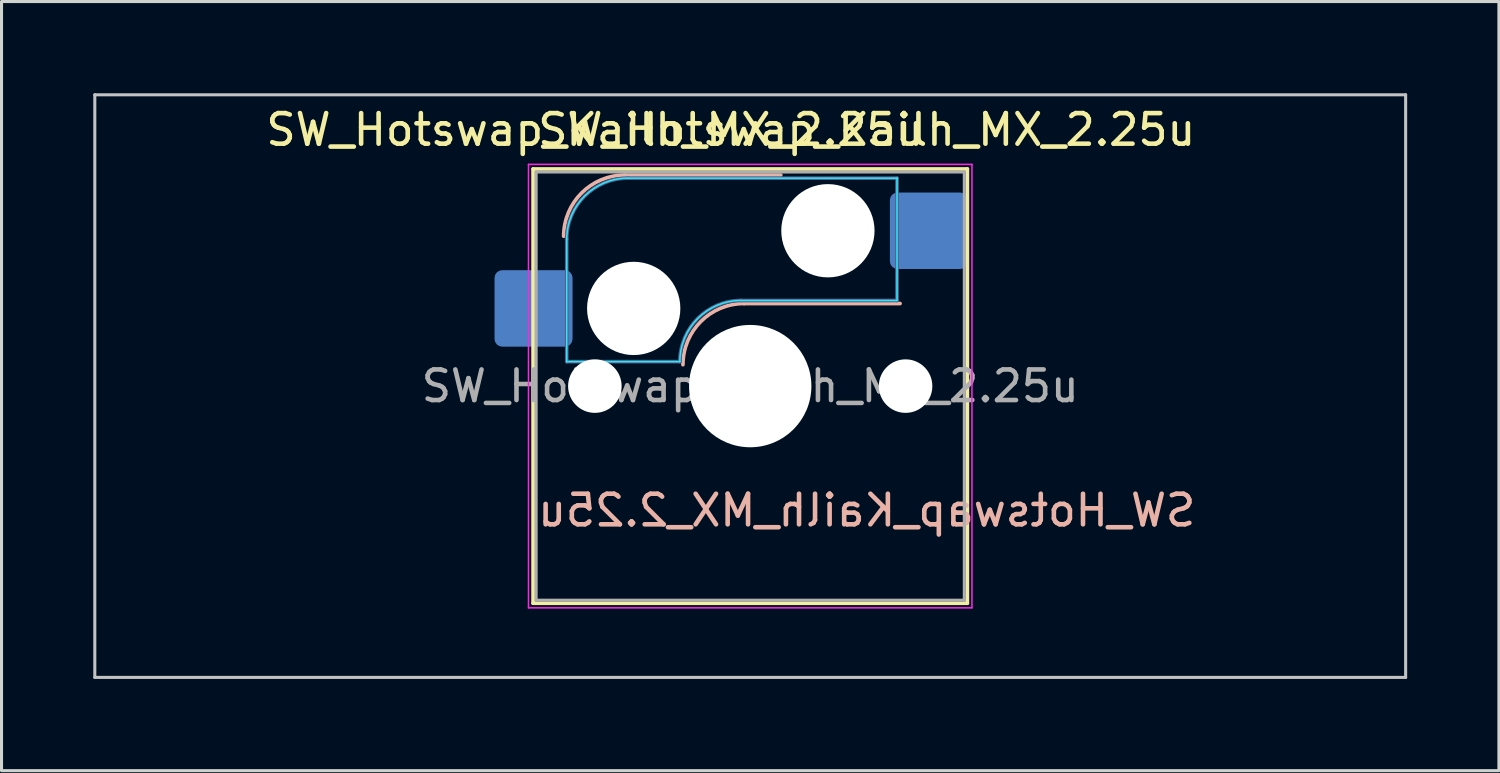
<source format=kicad_pcb>
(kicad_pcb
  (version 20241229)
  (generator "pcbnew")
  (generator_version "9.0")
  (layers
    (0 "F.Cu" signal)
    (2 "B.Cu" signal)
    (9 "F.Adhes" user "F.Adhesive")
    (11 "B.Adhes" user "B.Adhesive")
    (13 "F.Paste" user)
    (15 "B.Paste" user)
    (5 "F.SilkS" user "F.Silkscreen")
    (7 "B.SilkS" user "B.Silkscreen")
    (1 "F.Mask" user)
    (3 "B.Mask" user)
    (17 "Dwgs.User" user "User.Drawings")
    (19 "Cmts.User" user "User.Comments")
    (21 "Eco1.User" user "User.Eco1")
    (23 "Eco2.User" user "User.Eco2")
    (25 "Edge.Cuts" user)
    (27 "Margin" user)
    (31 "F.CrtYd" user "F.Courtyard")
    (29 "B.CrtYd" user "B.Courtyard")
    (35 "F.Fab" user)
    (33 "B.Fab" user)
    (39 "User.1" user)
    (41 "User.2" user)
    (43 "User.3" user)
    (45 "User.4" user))
  (footprint "SW_Hotswap_Kailh_MX_2.25u"
    (layer "F.Cu")
    (at 21.481 9.575)
    (property "Reference" "SW_Hotswap_Kailh_MX_2.25u" (at -5.08 -8.382 0) (layer "F.SilkS") (effects (font (size 1 1) (thickness 0.15))))
    (property "Value" "SW_Hotswap_Kailh_MX_2.25u" (at -1.905 4.064 0) (layer "B.SilkS") (hide yes) (effects (font (size 1 1) (thickness 0.15)) (justify mirror)))
    (attr smd)
    (fp_line (start -7.1 -7.1) (end -7.1 7.1) (stroke (width 0.12) (type solid)) (layer "F.SilkS"))
    (fp_line (start -7.1 7.1) (end 7.1 7.1) (stroke (width 0.12) (type solid)) (layer "F.SilkS"))
    (fp_line (start 7.1 -7.1) (end -7.1 -7.1) (stroke (width 0.12) (type solid)) (layer "F.SilkS"))
    (fp_line (start 7.1 7.1) (end 7.1 -7.1) (stroke (width 0.12) (type solid)) (layer "F.SilkS"))
    (fp_line (start -4.1 -6.9) (end 1 -6.9) (stroke (width 0.12) (type solid)) (layer "B.SilkS"))
    (fp_line (start -0.2 -2.7) (end 4.9 -2.7) (stroke (width 0.12) (type solid)) (layer "B.SilkS"))
    (fp_arc (start -6.1 -4.9) (mid -5.514214 -6.314214) (end -4.1 -6.9) (stroke (width 0.12) (type solid)) (layer "B.SilkS"))
    (fp_arc (start -2.2 -0.7) (mid -1.614214 -2.114214) (end -0.2 -2.7) (stroke (width 0.12) (type solid)) (layer "B.SilkS"))
    (fp_line (start -21.431 -9.525) (end -21.431 9.525) (stroke (width 0.1) (type solid)) (layer "Dwgs.User"))
    (fp_line (start -21.431 9.525) (end 21.431 9.525) (stroke (width 0.1) (type solid)) (layer "Dwgs.User"))
    (fp_line (start 21.431 -9.525) (end -21.431 -9.525) (stroke (width 0.1) (type solid)) (layer "Dwgs.User"))
    (fp_line (start 21.431 9.525) (end 21.431 -9.525) (stroke (width 0.1) (type solid)) (layer "Dwgs.User"))
    (fp_line (start -7.8 -6) (end -7 -6) (stroke (width 0.1) (type solid)) (layer "Eco1.User"))
    (fp_line (start -7.8 -2.9) (end -7.8 -6) (stroke (width 0.1) (type solid)) (layer "Eco1.User"))
    (fp_line (start -7.8 2.9) (end -7 2.9) (stroke (width 0.1) (type solid)) (layer "Eco1.User"))
    (fp_line (start -7.8 6) (end -7.8 2.9) (stroke (width 0.1) (type solid)) (layer "Eco1.User"))
    (fp_line (start -7 -7) (end 7 -7) (stroke (width 0.1) (type solid)) (layer "Eco1.User"))
    (fp_line (start -7 -6) (end -7 -7) (stroke (width 0.1) (type solid)) (layer "Eco1.User"))
    (fp_line (start -7 -2.9) (end -7.8 -2.9) (stroke (width 0.1) (type solid)) (layer "Eco1.User"))
    (fp_line (start -7 2.9) (end -7 -2.9) (stroke (width 0.1) (type solid)) (layer "Eco1.User"))
    (fp_line (start -7 6) (end -7.8 6) (stroke (width 0.1) (type solid)) (layer "Eco1.User"))
    (fp_line (start -7 7) (end -7 6) (stroke (width 0.1) (type solid)) (layer "Eco1.User"))
    (fp_line (start 7 -7) (end 7 -6) (stroke (width 0.1) (type solid)) (layer "Eco1.User"))
    (fp_line (start 7 -6) (end 7.8 -6) (stroke (width 0.1) (type solid)) (layer "Eco1.User"))
    (fp_line (start 7 -2.9) (end 7 2.9) (stroke (width 0.1) (type solid)) (layer "Eco1.User"))
    (fp_line (start 7 2.9) (end 7.8 2.9) (stroke (width 0.1) (type solid)) (layer "Eco1.User"))
    (fp_line (start 7 6) (end 7 7) (stroke (width 0.1) (type solid)) (layer "Eco1.User"))
    (fp_line (start 7 7) (end -7 7) (stroke (width 0.1) (type solid)) (layer "Eco1.User"))
    (fp_line (start 7.8 -6) (end 7.8 -2.9) (stroke (width 0.1) (type solid)) (layer "Eco1.User"))
    (fp_line (start 7.8 -2.9) (end 7 -2.9) (stroke (width 0.1) (type solid)) (layer "Eco1.User"))
    (fp_line (start 7.8 2.9) (end 7.8 6) (stroke (width 0.1) (type solid)) (layer "Eco1.User"))
    (fp_line (start 7.8 6) (end 7 6) (stroke (width 0.1) (type solid)) (layer "Eco1.User"))
    (fp_line (start -6 -0.8) (end -6 -4.8) (stroke (width 0.05) (type solid)) (layer "B.CrtYd"))
    (fp_line (start -6 -0.8) (end -2.3 -0.8) (stroke (width 0.05) (type solid)) (layer "B.CrtYd"))
    (fp_line (start -4 -6.8) (end 4.8 -6.8) (stroke (width 0.05) (type solid)) (layer "B.CrtYd"))
    (fp_line (start -0.3 -2.8) (end 4.8 -2.8) (stroke (width 0.05) (type solid)) (layer "B.CrtYd"))
    (fp_line (start 4.8 -6.8) (end 4.8 -2.8) (stroke (width 0.05) (type solid)) (layer "B.CrtYd"))
    (fp_arc (start -6 -4.8) (mid -5.414214 -6.214214) (end -4 -6.8) (stroke (width 0.05) (type solid)) (layer "B.CrtYd"))
    (fp_arc (start -2.3 -0.8) (mid -1.714214 -2.214214) (end -0.3 -2.8) (stroke (width 0.05) (type solid)) (layer "B.CrtYd"))
    (fp_line (start -7.25 -7.25) (end -7.25 7.25) (stroke (width 0.05) (type solid)) (layer "F.CrtYd"))
    (fp_line (start -7.25 7.25) (end 7.25 7.25) (stroke (width 0.05) (type solid)) (layer "F.CrtYd"))
    (fp_line (start 7.25 -7.25) (end -7.25 -7.25) (stroke (width 0.05) (type solid)) (layer "F.CrtYd"))
    (fp_line (start 7.25 7.25) (end 7.25 -7.25) (stroke (width 0.05) (type solid)) (layer "F.CrtYd"))
    (fp_line (start -6 -0.8) (end -6 -4.8) (stroke (width 0.12) (type solid)) (layer "B.Fab"))
    (fp_line (start -6 -0.8) (end -2.3 -0.8) (stroke (width 0.12) (type solid)) (layer "B.Fab"))
    (fp_line (start -4 -6.8) (end 4.8 -6.8) (stroke (width 0.12) (type solid)) (layer "B.Fab"))
    (fp_line (start -0.3 -2.8) (end 4.8 -2.8) (stroke (width 0.12) (type solid)) (layer "B.Fab"))
    (fp_line (start 4.8 -6.8) (end 4.8 -2.8) (stroke (width 0.12) (type solid)) (layer "B.Fab"))
    (fp_arc (start -6 -4.8) (mid -5.414214 -6.214214) (end -4 -6.8) (stroke (width 0.12) (type solid)) (layer "B.Fab"))
    (fp_arc (start -2.3 -0.8) (mid -1.714214 -2.214214) (end -0.3 -2.8) (stroke (width 0.12) (type solid)) (layer "B.Fab"))
    (fp_line (start -7 -7) (end -7 7) (stroke (width 0.1) (type solid)) (layer "F.Fab"))
    (fp_line (start -7 7) (end 7 7) (stroke (width 0.1) (type solid)) (layer "F.Fab"))
    (fp_line (start 7 -7) (end -7 -7) (stroke (width 0.1) (type solid)) (layer "F.Fab"))
    (fp_line (start 7 7) (end 7 -7) (stroke (width 0.1) (type solid)) (layer "F.Fab"))
    (fp_text user "${VALUE}" (at 3.81 -8.382 0) (layer "F.SilkS") (effects (font (size 1 1) (thickness 0.15))))
    (fp_text user "${REFERENCE}" (at 3.81 4.064 0) (layer "B.SilkS") (effects (font (size 1 1) (thickness 0.15)) (justify mirror)))
    (fp_text user "${REFERENCE}" (at 0 0 0) (layer "F.Fab") (effects (font (size 1 1) (thickness 0.15))))
    (pad "" np_thru_hole circle (at -5.08 0) (size 1.75 1.75) (drill 1.75) (layers "*.Cu" "*.Mask"))
    (pad "" np_thru_hole circle (at -3.81 -2.54) (size 3.05 3.05) (drill 3.05) (layers "*.Cu" "*.Mask"))
    (pad "" np_thru_hole circle (at 0 0) (size 4 4) (drill 4) (layers "*.Cu" "*.Mask"))
    (pad "" np_thru_hole circle (at 2.54 -5.08) (size 3.05 3.05) (drill 3.05) (layers "*.Cu" "*.Mask"))
    (pad "" np_thru_hole circle (at 5.08 0) (size 1.75 1.75) (drill 1.75) (layers "*.Cu" "*.Mask"))
    (pad "1" smd roundrect (at -7.085 -2.54) (size 2.55 2.5) (layers "B.Cu" "B.Mask" "B.Paste") (roundrect_rratio 0.1))
    (pad "2" smd roundrect (at 5.842 -5.08) (size 2.55 2.5) (layers "B.Cu" "B.Mask" "B.Paste") (roundrect_rratio 0.1)))
  (gr_rect
    (start -3 -3)
    (end 45.962 22.15)
    (stroke (width 0.1) (type default))
    (fill no)
    (layer "Edge.Cuts")))
</source>
